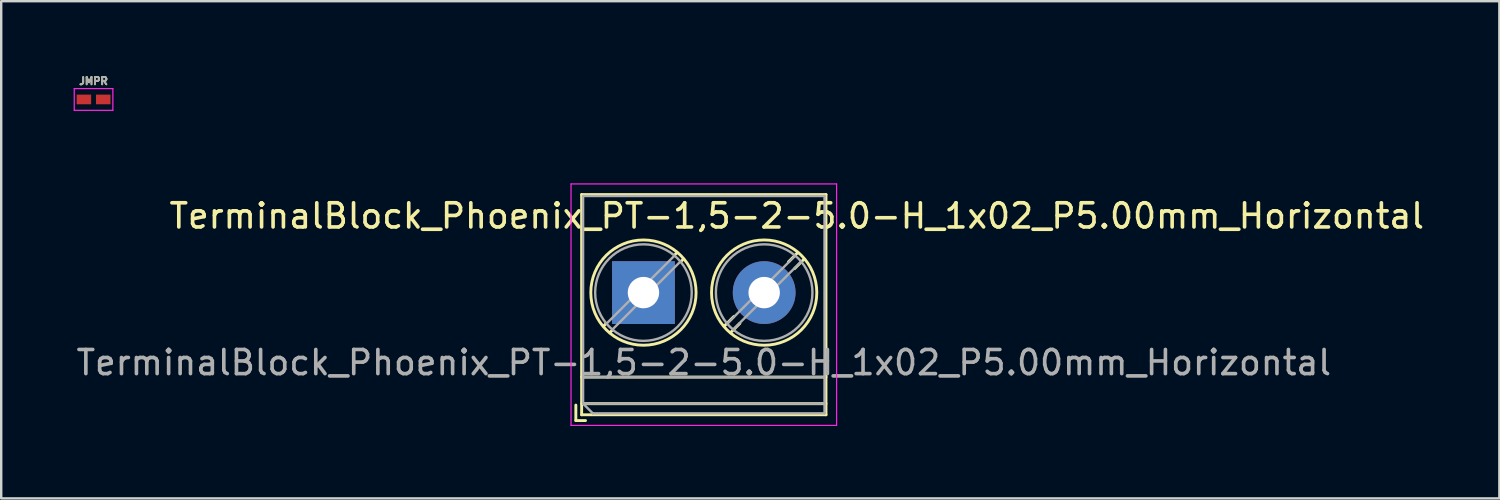
<source format=kicad_pcb>
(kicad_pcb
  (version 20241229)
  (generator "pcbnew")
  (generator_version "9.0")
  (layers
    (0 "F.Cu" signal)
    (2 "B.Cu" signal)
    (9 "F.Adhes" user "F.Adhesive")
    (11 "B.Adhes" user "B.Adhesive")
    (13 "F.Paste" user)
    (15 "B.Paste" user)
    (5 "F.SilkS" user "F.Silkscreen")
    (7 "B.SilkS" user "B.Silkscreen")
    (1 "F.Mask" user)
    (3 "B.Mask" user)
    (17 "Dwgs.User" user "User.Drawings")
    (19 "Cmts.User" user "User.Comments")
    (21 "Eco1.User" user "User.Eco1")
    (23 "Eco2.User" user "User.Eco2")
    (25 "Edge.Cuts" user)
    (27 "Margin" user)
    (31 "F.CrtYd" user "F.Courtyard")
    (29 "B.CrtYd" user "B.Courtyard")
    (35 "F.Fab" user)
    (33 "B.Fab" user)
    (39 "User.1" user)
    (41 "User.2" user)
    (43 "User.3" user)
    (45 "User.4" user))
  (footprint "TerminalBlock_Phoenix_PT-1,5-2-5.0-H_1x02_P5.00mm_Horizontal"
    (layer "F.Cu")
    (at 23.601 9.069)
    (property "Reference" "TerminalBlock_Phoenix_PT-1,5-2-5.0-H_1x02_P5.00mm_Horizontal" (at 6.35 -3.175 0) (layer "F.SilkS") (effects (font (size 1 1) (thickness 0.15))))
    (attr through_hole)
    (fp_line (start -2.8 4.66) (end -2.8 5.3) (stroke (width 0.12) (type solid)) (layer "F.SilkS"))
    (fp_line (start -2.8 5.3) (end -2.4 5.3) (stroke (width 0.12) (type solid)) (layer "F.SilkS"))
    (fp_line (start -2.56 -4.06) (end -2.56 5.06) (stroke (width 0.12) (type solid)) (layer "F.SilkS"))
    (fp_line (start -2.56 -4.06) (end 7.56 -4.06) (stroke (width 0.12) (type solid)) (layer "F.SilkS"))
    (fp_line (start -2.56 3.5) (end 7.56 3.5) (stroke (width 0.12) (type solid)) (layer "F.SilkS"))
    (fp_line (start -2.56 4.6) (end 7.56 4.6) (stroke (width 0.12) (type solid)) (layer "F.SilkS"))
    (fp_line (start -2.56 5.06) (end 7.56 5.06) (stroke (width 0.12) (type solid)) (layer "F.SilkS"))
    (fp_line (start -1.548 1.281) (end -1.654 1.388) (stroke (width 0.12) (type solid)) (layer "F.SilkS"))
    (fp_line (start -1.282 1.547) (end -1.388 1.654) (stroke (width 0.12) (type solid)) (layer "F.SilkS"))
    (fp_line (start 1.388 -1.654) (end 1.281 -1.547) (stroke (width 0.12) (type solid)) (layer "F.SilkS"))
    (fp_line (start 1.654 -1.388) (end 1.547 -1.281) (stroke (width 0.12) (type solid)) (layer "F.SilkS"))
    (fp_line (start 3.742 0.992) (end 3.347 1.388) (stroke (width 0.12) (type solid)) (layer "F.SilkS"))
    (fp_line (start 3.993 1.274) (end 3.613 1.654) (stroke (width 0.12) (type solid)) (layer "F.SilkS"))
    (fp_line (start 6.388 -1.654) (end 6.008 -1.274) (stroke (width 0.12) (type solid)) (layer "F.SilkS"))
    (fp_line (start 6.654 -1.388) (end 6.259 -0.992) (stroke (width 0.12) (type solid)) (layer "F.SilkS"))
    (fp_line (start 7.56 -4.06) (end 7.56 5.06) (stroke (width 0.12) (type solid)) (layer "F.SilkS"))
    (fp_circle (center 0 0) (end 2.18 0) (stroke (width 0.12) (type solid)) (fill no) (layer "F.SilkS"))
    (fp_circle (center 5 0) (end 7.18 0) (stroke (width 0.12) (type solid)) (fill no) (layer "F.SilkS"))
    (fp_line (start -3 -4.5) (end -3 5.5) (stroke (width 0.05) (type solid)) (layer "F.CrtYd"))
    (fp_line (start -3 5.5) (end 8 5.5) (stroke (width 0.05) (type solid)) (layer "F.CrtYd"))
    (fp_line (start 8 -4.5) (end -3 -4.5) (stroke (width 0.05) (type solid)) (layer "F.CrtYd"))
    (fp_line (start 8 5.5) (end 8 -4.5) (stroke (width 0.05) (type solid)) (layer "F.CrtYd"))
    (fp_line (start -2.5 -4) (end 7.5 -4) (stroke (width 0.1) (type solid)) (layer "F.Fab"))
    (fp_line (start -2.5 3.5) (end 7.5 3.5) (stroke (width 0.1) (type solid)) (layer "F.Fab"))
    (fp_line (start -2.5 4.6) (end -2.5 -4) (stroke (width 0.1) (type solid)) (layer "F.Fab"))
    (fp_line (start -2.5 4.6) (end 7.5 4.6) (stroke (width 0.1) (type solid)) (layer "F.Fab"))
    (fp_line (start -2.1 5) (end -2.5 4.6) (stroke (width 0.1) (type solid)) (layer "F.Fab"))
    (fp_line (start 1.273 -1.517) (end -1.517 1.273) (stroke (width 0.1) (type solid)) (layer "F.Fab"))
    (fp_line (start 1.517 -1.273) (end -1.273 1.517) (stroke (width 0.1) (type solid)) (layer "F.Fab"))
    (fp_line (start 6.273 -1.517) (end 3.484 1.273) (stroke (width 0.1) (type solid)) (layer "F.Fab"))
    (fp_line (start 6.517 -1.273) (end 3.728 1.517) (stroke (width 0.1) (type solid)) (layer "F.Fab"))
    (fp_line (start 7.5 -4) (end 7.5 5) (stroke (width 0.1) (type solid)) (layer "F.Fab"))
    (fp_line (start 7.5 5) (end -2.1 5) (stroke (width 0.1) (type solid)) (layer "F.Fab"))
    (fp_circle (center 0 0) (end 2 0) (stroke (width 0.1) (type solid)) (fill no) (layer "F.Fab"))
    (fp_circle (center 5 0) (end 7 0) (stroke (width 0.1) (type solid)) (fill no) (layer "F.Fab"))
    (fp_text user "${REFERENCE}" (at 2.5 2.9 0) (layer "F.Fab") (effects (font (size 1 1) (thickness 0.15))))
    (pad "1" thru_hole rect (at 0 0) (size 2.6 2.6) (drill 1.3) (layers "*.Cu" "*.Mask"))
    (pad "2" thru_hole circle (at 5 0) (size 2.6 2.6) (drill 1.3) (layers "*.Cu" "*.Mask")))
  (footprint "JMPR"
    (layer "F.Cu")
    (at 0.825 1.069)
    (property "Reference" "JMPR" (at 0 -0.762 0) (layer "F.SilkS") (effects (font (size 0.3 0.3) (thickness 0.075))))
    (attr smd)
    (fp_line (start -0.8 -0.45) (end -0.8 0.45) (stroke (width 0.05) (type solid)) (layer "F.CrtYd"))
    (fp_line (start -0.8 -0.45) (end 0.8 -0.45) (stroke (width 0.05) (type solid)) (layer "F.CrtYd"))
    (fp_line (start 0.8 0.45) (end -0.8 0.45) (stroke (width 0.05) (type solid)) (layer "F.CrtYd"))
    (fp_line (start 0.8 0.45) (end 0.8 -0.45) (stroke (width 0.05) (type solid)) (layer "F.CrtYd"))
    (fp_text user "${REFERENCE}" (at 0 -0.762 0) (layer "F.Fab") (effects (font (size 0.3 0.3) (thickness 0.075))))
    (pad "1" smd rect (at -0.4 0) (size 0.6 0.4) (layers "F.Cu" "F.Mask" "F.Paste"))
    (pad "2" smd rect (at 0.4 0) (size 0.6 0.4) (layers "F.Cu" "F.Mask" "F.Paste")))
  (gr_rect
    (start -3 -3)
    (end 59.052 17.594)
    (stroke (width 0.1) (type default))
    (fill no)
    (layer "Edge.Cuts")))
</source>
